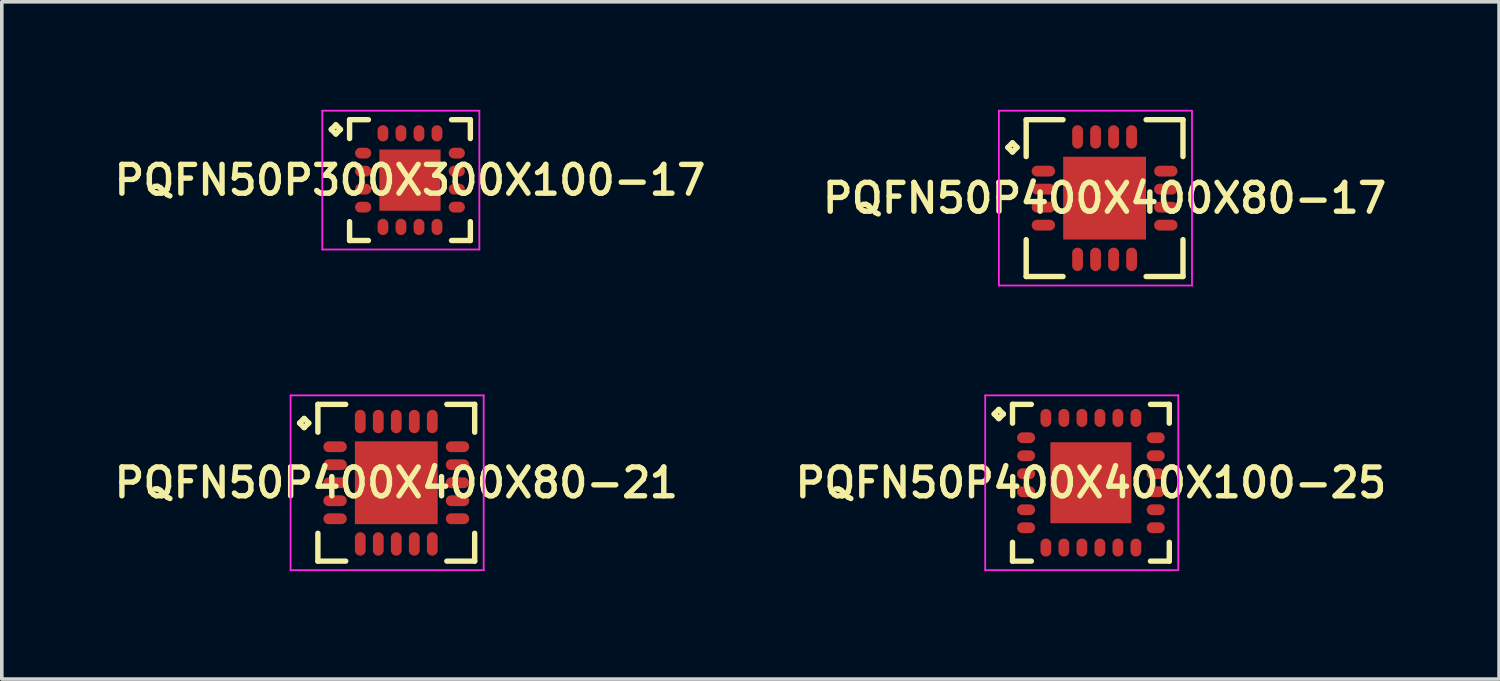
<source format=kicad_pcb>
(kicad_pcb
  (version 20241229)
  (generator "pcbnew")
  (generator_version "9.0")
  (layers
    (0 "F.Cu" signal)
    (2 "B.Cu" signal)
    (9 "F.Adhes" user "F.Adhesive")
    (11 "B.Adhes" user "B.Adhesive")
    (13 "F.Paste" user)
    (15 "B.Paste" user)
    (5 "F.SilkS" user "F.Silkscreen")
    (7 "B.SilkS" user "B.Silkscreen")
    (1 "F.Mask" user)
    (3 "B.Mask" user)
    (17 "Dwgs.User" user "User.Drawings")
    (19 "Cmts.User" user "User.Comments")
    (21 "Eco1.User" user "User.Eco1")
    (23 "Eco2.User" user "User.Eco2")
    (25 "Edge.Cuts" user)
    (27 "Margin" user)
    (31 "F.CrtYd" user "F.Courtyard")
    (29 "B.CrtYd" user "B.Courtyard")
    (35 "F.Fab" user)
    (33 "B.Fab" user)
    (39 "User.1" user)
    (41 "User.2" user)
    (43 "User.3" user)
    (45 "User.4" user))
  (footprint "PQFN50P300X300X100-17"
    (layer "F.Cu")
    (at 8.335 1.952)
    (property "Reference" "PQFN50P300X300X100-17" (at 0 0 0) (layer "F.SilkS") (effects (font (size 0.8 0.8) (thickness 0.15))))
    (attr smd)
    (fp_line (start -2.185 -1.408) (end -2.058 -1.535) (stroke (width 0.15) (type solid)) (layer "F.SilkS"))
    (fp_line (start -2.058 -1.535) (end -1.931 -1.408) (stroke (width 0.15) (type solid)) (layer "F.SilkS"))
    (fp_line (start -2.058 -1.281) (end -2.185 -1.408) (stroke (width 0.15) (type solid)) (layer "F.SilkS"))
    (fp_line (start -1.931 -1.408) (end -2.058 -1.281) (stroke (width 0.15) (type solid)) (layer "F.SilkS"))
    (fp_line (start -1.677 -1.677) (end -1.154 -1.677) (stroke (width 0.15) (type solid)) (layer "F.SilkS"))
    (fp_line (start -1.677 -1.154) (end -1.677 -1.677) (stroke (width 0.15) (type solid)) (layer "F.SilkS"))
    (fp_line (start -1.677 1.154) (end -1.677 1.677) (stroke (width 0.15) (type solid)) (layer "F.SilkS"))
    (fp_line (start -1.677 1.677) (end -1.154 1.677) (stroke (width 0.15) (type solid)) (layer "F.SilkS"))
    (fp_line (start 1.154 -1.677) (end 1.677 -1.677) (stroke (width 0.15) (type solid)) (layer "F.SilkS"))
    (fp_line (start 1.154 1.677) (end 1.677 1.677) (stroke (width 0.15) (type solid)) (layer "F.SilkS"))
    (fp_line (start 1.677 -1.677) (end 1.677 -1.154) (stroke (width 0.15) (type solid)) (layer "F.SilkS"))
    (fp_line (start 1.677 1.677) (end 1.677 1.154) (stroke (width 0.15) (type solid)) (layer "F.SilkS"))
    (fp_line (start -2.435 -1.927) (end 1.927 -1.927) (stroke (width 0.05) (type solid)) (layer "F.CrtYd"))
    (fp_line (start -2.435 1.927) (end -2.435 -1.927) (stroke (width 0.05) (type solid)) (layer "F.CrtYd"))
    (fp_line (start 1.927 -1.927) (end 1.927 1.927) (stroke (width 0.05) (type solid)) (layer "F.CrtYd"))
    (fp_line (start 1.927 1.927) (end -2.435 1.927) (stroke (width 0.05) (type solid)) (layer "F.CrtYd"))
    (pad "1" smd oval (at -1.3 -0.75) (size 0.45 0.3) (layers "F.Cu" "F.Mask" "F.Paste"))
    (pad "2" smd oval (at -1.3 -0.25) (size 0.45 0.3) (layers "F.Cu" "F.Mask" "F.Paste"))
    (pad "3" smd oval (at -1.3 0.25) (size 0.45 0.3) (layers "F.Cu" "F.Mask" "F.Paste"))
    (pad "4" smd oval (at -1.3 0.75) (size 0.45 0.3) (layers "F.Cu" "F.Mask" "F.Paste"))
    (pad "5" smd oval (at -0.75 1.3) (size 0.3 0.45) (layers "F.Cu" "F.Mask" "F.Paste"))
    (pad "6" smd oval (at -0.25 1.3) (size 0.3 0.45) (layers "F.Cu" "F.Mask" "F.Paste"))
    (pad "7" smd oval (at 0.25 1.3) (size 0.3 0.45) (layers "F.Cu" "F.Mask" "F.Paste"))
    (pad "8" smd oval (at 0.75 1.3) (size 0.3 0.45) (layers "F.Cu" "F.Mask" "F.Paste"))
    (pad "9" smd oval (at 1.3 0.75) (size 0.45 0.3) (layers "F.Cu" "F.Mask" "F.Paste"))
    (pad "10" smd oval (at 1.3 0.25) (size 0.45 0.3) (layers "F.Cu" "F.Mask" "F.Paste"))
    (pad "11" smd oval (at 1.3 -0.25) (size 0.45 0.3) (layers "F.Cu" "F.Mask" "F.Paste"))
    (pad "12" smd oval (at 1.3 -0.75) (size 0.45 0.3) (layers "F.Cu" "F.Mask" "F.Paste"))
    (pad "13" smd oval (at 0.75 -1.3) (size 0.3 0.45) (layers "F.Cu" "F.Mask" "F.Paste"))
    (pad "14" smd oval (at 0.25 -1.3) (size 0.3 0.45) (layers "F.Cu" "F.Mask" "F.Paste"))
    (pad "15" smd oval (at -0.25 -1.3) (size 0.3 0.45) (layers "F.Cu" "F.Mask" "F.Paste"))
    (pad "16" smd oval (at -0.75 -1.3) (size 0.3 0.45) (layers "F.Cu" "F.Mask" "F.Paste"))
    (pad "17" smd rect (at 0 0) (size 1.7 1.7) (layers "F.Cu" "F.Mask" "F.Paste")))
  (footprint "PQFN50P400X400X80-17"
    (layer "F.Cu")
    (at 27.625 2.452)
    (property "Reference" "PQFN50P400X400X80-17" (at 0 0 0) (layer "F.SilkS") (effects (font (size 0.8 0.8) (thickness 0.15))))
    (attr smd)
    (fp_line (start -2.685 -1.408) (end -2.558 -1.535) (stroke (width 0.15) (type solid)) (layer "F.SilkS"))
    (fp_line (start -2.558 -1.535) (end -2.431 -1.408) (stroke (width 0.15) (type solid)) (layer "F.SilkS"))
    (fp_line (start -2.558 -1.281) (end -2.685 -1.408) (stroke (width 0.15) (type solid)) (layer "F.SilkS"))
    (fp_line (start -2.431 -1.408) (end -2.558 -1.281) (stroke (width 0.15) (type solid)) (layer "F.SilkS"))
    (fp_line (start -2.177 -2.177) (end -1.154 -2.177) (stroke (width 0.15) (type solid)) (layer "F.SilkS"))
    (fp_line (start -2.177 -1.154) (end -2.177 -2.177) (stroke (width 0.15) (type solid)) (layer "F.SilkS"))
    (fp_line (start -2.177 1.154) (end -2.177 2.177) (stroke (width 0.15) (type solid)) (layer "F.SilkS"))
    (fp_line (start -2.177 2.177) (end -1.154 2.177) (stroke (width 0.15) (type solid)) (layer "F.SilkS"))
    (fp_line (start 1.154 -2.177) (end 2.177 -2.177) (stroke (width 0.15) (type solid)) (layer "F.SilkS"))
    (fp_line (start 1.154 2.177) (end 2.177 2.177) (stroke (width 0.15) (type solid)) (layer "F.SilkS"))
    (fp_line (start 2.177 -2.177) (end 2.177 -1.154) (stroke (width 0.15) (type solid)) (layer "F.SilkS"))
    (fp_line (start 2.177 2.177) (end 2.177 1.154) (stroke (width 0.15) (type solid)) (layer "F.SilkS"))
    (fp_line (start -2.935 -2.427) (end 2.427 -2.427) (stroke (width 0.05) (type solid)) (layer "F.CrtYd"))
    (fp_line (start -2.935 2.427) (end -2.935 -2.427) (stroke (width 0.05) (type solid)) (layer "F.CrtYd"))
    (fp_line (start 2.427 -2.427) (end 2.427 2.427) (stroke (width 0.05) (type solid)) (layer "F.CrtYd"))
    (fp_line (start 2.427 2.427) (end -2.935 2.427) (stroke (width 0.05) (type solid)) (layer "F.CrtYd"))
    (pad "1" smd oval (at -1.7 -0.75) (size 0.65 0.3) (layers "F.Cu" "F.Mask" "F.Paste"))
    (pad "2" smd oval (at -1.7 -0.25) (size 0.65 0.3) (layers "F.Cu" "F.Mask" "F.Paste"))
    (pad "3" smd oval (at -1.7 0.25) (size 0.65 0.3) (layers "F.Cu" "F.Mask" "F.Paste"))
    (pad "4" smd oval (at -1.7 0.75) (size 0.65 0.3) (layers "F.Cu" "F.Mask" "F.Paste"))
    (pad "5" smd oval (at -0.75 1.7) (size 0.3 0.65) (layers "F.Cu" "F.Mask" "F.Paste"))
    (pad "6" smd oval (at -0.25 1.7) (size 0.3 0.65) (layers "F.Cu" "F.Mask" "F.Paste"))
    (pad "7" smd oval (at 0.25 1.7) (size 0.3 0.65) (layers "F.Cu" "F.Mask" "F.Paste"))
    (pad "8" smd oval (at 0.75 1.7) (size 0.3 0.65) (layers "F.Cu" "F.Mask" "F.Paste"))
    (pad "9" smd oval (at 1.7 0.75) (size 0.65 0.3) (layers "F.Cu" "F.Mask" "F.Paste"))
    (pad "10" smd oval (at 1.7 0.25) (size 0.65 0.3) (layers "F.Cu" "F.Mask" "F.Paste"))
    (pad "11" smd oval (at 1.7 -0.25) (size 0.65 0.3) (layers "F.Cu" "F.Mask" "F.Paste"))
    (pad "12" smd oval (at 1.7 -0.75) (size 0.65 0.3) (layers "F.Cu" "F.Mask" "F.Paste"))
    (pad "13" smd oval (at 0.75 -1.7) (size 0.3 0.65) (layers "F.Cu" "F.Mask" "F.Paste"))
    (pad "14" smd oval (at 0.25 -1.7) (size 0.3 0.65) (layers "F.Cu" "F.Mask" "F.Paste"))
    (pad "15" smd oval (at -0.25 -1.7) (size 0.3 0.65) (layers "F.Cu" "F.Mask" "F.Paste"))
    (pad "16" smd oval (at -0.75 -1.7) (size 0.3 0.65) (layers "F.Cu" "F.Mask" "F.Paste"))
    (pad "17" smd rect (at 0 0) (size 2.3 2.3) (layers "F.Cu" "F.Mask" "F.Paste")))
  (footprint "PQFN50P400X400X80-21"
    (layer "F.Cu")
    (at 7.955 10.356)
    (property "Reference" "PQFN50P400X400X80-21" (at 0 0 0) (layer "F.SilkS") (effects (font (size 0.8 0.8) (thickness 0.15))))
    (attr smd)
    (fp_line (start -2.685 -1.658) (end -2.558 -1.785) (stroke (width 0.15) (type solid)) (layer "F.SilkS"))
    (fp_line (start -2.558 -1.785) (end -2.431 -1.658) (stroke (width 0.15) (type solid)) (layer "F.SilkS"))
    (fp_line (start -2.558 -1.531) (end -2.685 -1.658) (stroke (width 0.15) (type solid)) (layer "F.SilkS"))
    (fp_line (start -2.431 -1.658) (end -2.558 -1.531) (stroke (width 0.15) (type solid)) (layer "F.SilkS"))
    (fp_line (start -2.177 -2.177) (end -1.404 -2.177) (stroke (width 0.15) (type solid)) (layer "F.SilkS"))
    (fp_line (start -2.177 -1.404) (end -2.177 -2.177) (stroke (width 0.15) (type solid)) (layer "F.SilkS"))
    (fp_line (start -2.177 1.404) (end -2.177 2.177) (stroke (width 0.15) (type solid)) (layer "F.SilkS"))
    (fp_line (start -2.177 2.177) (end -1.404 2.177) (stroke (width 0.15) (type solid)) (layer "F.SilkS"))
    (fp_line (start 1.404 -2.177) (end 2.177 -2.177) (stroke (width 0.15) (type solid)) (layer "F.SilkS"))
    (fp_line (start 1.404 2.177) (end 2.177 2.177) (stroke (width 0.15) (type solid)) (layer "F.SilkS"))
    (fp_line (start 2.177 -2.177) (end 2.177 -1.404) (stroke (width 0.15) (type solid)) (layer "F.SilkS"))
    (fp_line (start 2.177 2.177) (end 2.177 1.404) (stroke (width 0.15) (type solid)) (layer "F.SilkS"))
    (fp_line (start -2.935 -2.427) (end 2.427 -2.427) (stroke (width 0.05) (type solid)) (layer "F.CrtYd"))
    (fp_line (start -2.935 2.427) (end -2.935 -2.427) (stroke (width 0.05) (type solid)) (layer "F.CrtYd"))
    (fp_line (start 2.427 -2.427) (end 2.427 2.427) (stroke (width 0.05) (type solid)) (layer "F.CrtYd"))
    (fp_line (start 2.427 2.427) (end -2.935 2.427) (stroke (width 0.05) (type solid)) (layer "F.CrtYd"))
    (pad "1" smd oval (at -1.7 -1) (size 0.65 0.3) (layers "F.Cu" "F.Mask" "F.Paste"))
    (pad "2" smd oval (at -1.7 -0.5) (size 0.65 0.3) (layers "F.Cu" "F.Mask" "F.Paste"))
    (pad "3" smd oval (at -1.7 0) (size 0.65 0.3) (layers "F.Cu" "F.Mask" "F.Paste"))
    (pad "4" smd oval (at -1.7 0.5) (size 0.65 0.3) (layers "F.Cu" "F.Mask" "F.Paste"))
    (pad "5" smd oval (at -1.7 1) (size 0.65 0.3) (layers "F.Cu" "F.Mask" "F.Paste"))
    (pad "6" smd oval (at -1 1.7) (size 0.3 0.65) (layers "F.Cu" "F.Mask" "F.Paste"))
    (pad "7" smd oval (at -0.5 1.7) (size 0.3 0.65) (layers "F.Cu" "F.Mask" "F.Paste"))
    (pad "8" smd oval (at 0 1.7) (size 0.3 0.65) (layers "F.Cu" "F.Mask" "F.Paste"))
    (pad "9" smd oval (at 0.5 1.7) (size 0.3 0.65) (layers "F.Cu" "F.Mask" "F.Paste"))
    (pad "10" smd oval (at 1 1.7) (size 0.3 0.65) (layers "F.Cu" "F.Mask" "F.Paste"))
    (pad "11" smd oval (at 1.7 1) (size 0.65 0.3) (layers "F.Cu" "F.Mask" "F.Paste"))
    (pad "12" smd oval (at 1.7 0.5) (size 0.65 0.3) (layers "F.Cu" "F.Mask" "F.Paste"))
    (pad "13" smd oval (at 1.7 0) (size 0.65 0.3) (layers "F.Cu" "F.Mask" "F.Paste"))
    (pad "14" smd oval (at 1.7 -0.5) (size 0.65 0.3) (layers "F.Cu" "F.Mask" "F.Paste"))
    (pad "15" smd oval (at 1.7 -1) (size 0.65 0.3) (layers "F.Cu" "F.Mask" "F.Paste"))
    (pad "16" smd oval (at 1 -1.7) (size 0.3 0.65) (layers "F.Cu" "F.Mask" "F.Paste"))
    (pad "17" smd oval (at 0.5 -1.7) (size 0.3 0.65) (layers "F.Cu" "F.Mask" "F.Paste"))
    (pad "18" smd oval (at 0 -1.7) (size 0.3 0.65) (layers "F.Cu" "F.Mask" "F.Paste"))
    (pad "19" smd oval (at -0.5 -1.7) (size 0.3 0.65) (layers "F.Cu" "F.Mask" "F.Paste"))
    (pad "20" smd oval (at -1 -1.7) (size 0.3 0.65) (layers "F.Cu" "F.Mask" "F.Paste"))
    (pad "21" smd rect (at 0 0) (size 2.3 2.3) (layers "F.Cu" "F.Mask" "F.Paste")))
  (footprint "PQFN50P400X400X100-25"
    (layer "F.Cu")
    (at 27.245 10.356)
    (property "Reference" "PQFN50P400X400X100-25" (at 0 0 0) (layer "F.SilkS") (effects (font (size 0.8 0.8) (thickness 0.15))))
    (attr smd)
    (fp_line (start -2.685 -1.908) (end -2.558 -2.035) (stroke (width 0.15) (type solid)) (layer "F.SilkS"))
    (fp_line (start -2.558 -2.035) (end -2.431 -1.908) (stroke (width 0.15) (type solid)) (layer "F.SilkS"))
    (fp_line (start -2.558 -1.781) (end -2.685 -1.908) (stroke (width 0.15) (type solid)) (layer "F.SilkS"))
    (fp_line (start -2.431 -1.908) (end -2.558 -1.781) (stroke (width 0.15) (type solid)) (layer "F.SilkS"))
    (fp_line (start -2.177 -2.177) (end -1.654 -2.177) (stroke (width 0.15) (type solid)) (layer "F.SilkS"))
    (fp_line (start -2.177 -1.654) (end -2.177 -2.177) (stroke (width 0.15) (type solid)) (layer "F.SilkS"))
    (fp_line (start -2.177 1.654) (end -2.177 2.177) (stroke (width 0.15) (type solid)) (layer "F.SilkS"))
    (fp_line (start -2.177 2.177) (end -1.654 2.177) (stroke (width 0.15) (type solid)) (layer "F.SilkS"))
    (fp_line (start 1.654 -2.177) (end 2.177 -2.177) (stroke (width 0.15) (type solid)) (layer "F.SilkS"))
    (fp_line (start 1.654 2.177) (end 2.177 2.177) (stroke (width 0.15) (type solid)) (layer "F.SilkS"))
    (fp_line (start 2.177 -2.177) (end 2.177 -1.654) (stroke (width 0.15) (type solid)) (layer "F.SilkS"))
    (fp_line (start 2.177 2.177) (end 2.177 1.654) (stroke (width 0.15) (type solid)) (layer "F.SilkS"))
    (fp_line (start -2.935 -2.427) (end 2.427 -2.427) (stroke (width 0.05) (type solid)) (layer "F.CrtYd"))
    (fp_line (start -2.935 2.427) (end -2.935 -2.427) (stroke (width 0.05) (type solid)) (layer "F.CrtYd"))
    (fp_line (start 2.427 -2.427) (end 2.427 2.427) (stroke (width 0.05) (type solid)) (layer "F.CrtYd"))
    (fp_line (start 2.427 2.427) (end -2.935 2.427) (stroke (width 0.05) (type solid)) (layer "F.CrtYd"))
    (pad "1" smd oval (at -1.8 -1.25) (size 0.5 0.3) (layers "F.Cu" "F.Mask" "F.Paste"))
    (pad "2" smd oval (at -1.8 -0.75) (size 0.5 0.3) (layers "F.Cu" "F.Mask" "F.Paste"))
    (pad "3" smd oval (at -1.8 -0.25) (size 0.5 0.3) (layers "F.Cu" "F.Mask" "F.Paste"))
    (pad "4" smd oval (at -1.8 0.25) (size 0.5 0.3) (layers "F.Cu" "F.Mask" "F.Paste"))
    (pad "5" smd oval (at -1.8 0.75) (size 0.5 0.3) (layers "F.Cu" "F.Mask" "F.Paste"))
    (pad "6" smd oval (at -1.8 1.25) (size 0.5 0.3) (layers "F.Cu" "F.Mask" "F.Paste"))
    (pad "7" smd oval (at -1.25 1.8) (size 0.3 0.5) (layers "F.Cu" "F.Mask" "F.Paste"))
    (pad "8" smd oval (at -0.75 1.8) (size 0.3 0.5) (layers "F.Cu" "F.Mask" "F.Paste"))
    (pad "9" smd oval (at -0.25 1.8) (size 0.3 0.5) (layers "F.Cu" "F.Mask" "F.Paste"))
    (pad "10" smd oval (at 0.25 1.8) (size 0.3 0.5) (layers "F.Cu" "F.Mask" "F.Paste"))
    (pad "11" smd oval (at 0.75 1.8) (size 0.3 0.5) (layers "F.Cu" "F.Mask" "F.Paste"))
    (pad "12" smd oval (at 1.25 1.8) (size 0.3 0.5) (layers "F.Cu" "F.Mask" "F.Paste"))
    (pad "13" smd oval (at 1.8 1.25) (size 0.5 0.3) (layers "F.Cu" "F.Mask" "F.Paste"))
    (pad "14" smd oval (at 1.8 0.75) (size 0.5 0.3) (layers "F.Cu" "F.Mask" "F.Paste"))
    (pad "15" smd oval (at 1.8 0.25) (size 0.5 0.3) (layers "F.Cu" "F.Mask" "F.Paste"))
    (pad "16" smd oval (at 1.8 -0.25) (size 0.5 0.3) (layers "F.Cu" "F.Mask" "F.Paste"))
    (pad "17" smd oval (at 1.8 -0.75) (size 0.5 0.3) (layers "F.Cu" "F.Mask" "F.Paste"))
    (pad "18" smd oval (at 1.8 -1.25) (size 0.5 0.3) (layers "F.Cu" "F.Mask" "F.Paste"))
    (pad "19" smd oval (at 1.25 -1.8) (size 0.3 0.5) (layers "F.Cu" "F.Mask" "F.Paste"))
    (pad "20" smd oval (at 0.75 -1.8) (size 0.3 0.5) (layers "F.Cu" "F.Mask" "F.Paste"))
    (pad "21" smd oval (at 0.25 -1.8) (size 0.3 0.5) (layers "F.Cu" "F.Mask" "F.Paste"))
    (pad "22" smd oval (at -0.25 -1.8) (size 0.3 0.5) (layers "F.Cu" "F.Mask" "F.Paste"))
    (pad "23" smd oval (at -0.75 -1.8) (size 0.3 0.5) (layers "F.Cu" "F.Mask" "F.Paste"))
    (pad "24" smd oval (at -1.25 -1.8) (size 0.3 0.5) (layers "F.Cu" "F.Mask" "F.Paste"))
    (pad "25" smd rect (at 0 0) (size 2.25 2.25) (layers "F.Cu" "F.Mask" "F.Paste")))
  (gr_rect
    (start -3 -3)
    (end 38.58 15.808)
    (stroke (width 0.1) (type default))
    (fill no)
    (layer "Edge.Cuts")))
</source>
